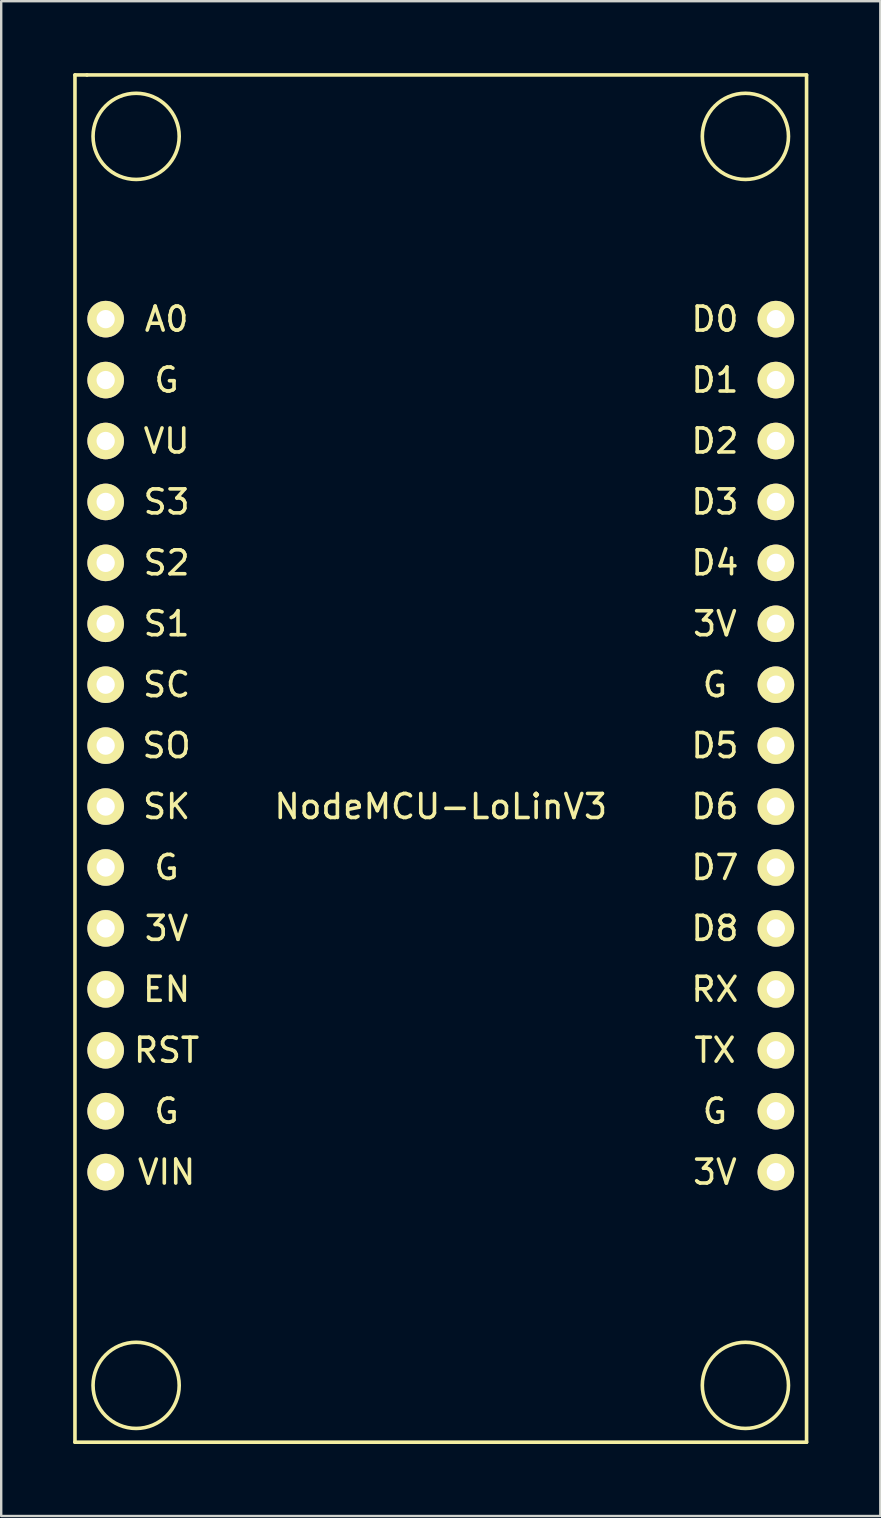
<source format=kicad_pcb>
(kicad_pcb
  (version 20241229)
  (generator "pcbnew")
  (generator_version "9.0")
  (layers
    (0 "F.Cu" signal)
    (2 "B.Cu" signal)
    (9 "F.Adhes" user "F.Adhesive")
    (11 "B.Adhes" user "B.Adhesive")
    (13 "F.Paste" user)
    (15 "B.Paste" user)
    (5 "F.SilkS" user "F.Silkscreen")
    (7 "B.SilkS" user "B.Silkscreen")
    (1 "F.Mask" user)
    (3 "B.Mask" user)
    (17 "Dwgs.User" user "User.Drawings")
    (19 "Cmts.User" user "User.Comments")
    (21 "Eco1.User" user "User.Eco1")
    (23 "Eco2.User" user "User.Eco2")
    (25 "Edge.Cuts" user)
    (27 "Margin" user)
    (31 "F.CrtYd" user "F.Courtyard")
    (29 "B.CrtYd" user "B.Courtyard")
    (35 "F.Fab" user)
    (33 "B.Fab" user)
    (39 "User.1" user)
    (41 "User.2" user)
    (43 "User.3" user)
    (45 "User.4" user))
  (footprint "NodeMCU-LoLinV3"
    (layer "F.Cu")
    (at 15.325 30.575)
    (property "Reference" "NodeMCU-LoLinV3" (at 0 0 0) (layer "F.SilkS") (effects (font (size 1 1) (thickness 0.15))))
    (attr through_hole)
    (fp_line (start -15.25 -30.5) (end -15.25 26.5) (stroke (width 0.15) (type solid)) (layer "F.SilkS"))
    (fp_line (start -15.25 26.5) (end 15.25 26.5) (stroke (width 0.15) (type solid)) (layer "F.SilkS"))
    (fp_line (start -14.75 -30.5) (end -15.25 -30.5) (stroke (width 0.15) (type solid)) (layer "F.SilkS"))
    (fp_line (start 15.25 -30.5) (end -14.75 -30.5) (stroke (width 0.15) (type solid)) (layer "F.SilkS"))
    (fp_line (start 15.25 26.5) (end 15.25 -30.5) (stroke (width 0.15) (type solid)) (layer "F.SilkS"))
    (fp_circle (center -12.7 -27.94) (end -11.43 -29.21) (stroke (width 0.15) (type solid)) (fill no) (layer "F.SilkS"))
    (fp_circle (center -12.7 24.13) (end -11.43 22.86) (stroke (width 0.15) (type solid)) (fill no) (layer "F.SilkS"))
    (fp_circle (center 12.7 -27.94) (end 13.97 -29.21) (stroke (width 0.15) (type solid)) (fill no) (layer "F.SilkS"))
    (fp_circle (center 12.7 24.13) (end 13.97 22.86) (stroke (width 0.15) (type solid)) (fill no) (layer "F.SilkS"))
    (fp_text user "SC" (at -11.43 -5.08 0) (layer "F.SilkS") (effects (font (size 1 1) (thickness 0.15))))
    (fp_text user "D4" (at 11.43 -10.16 0) (layer "F.SilkS") (effects (font (size 1 1) (thickness 0.15))))
    (fp_text user "3V" (at 11.43 15.24 0) (layer "F.SilkS") (effects (font (size 1 1) (thickness 0.15))))
    (fp_text user "G" (at -11.43 12.7 0) (layer "F.SilkS") (effects (font (size 1 1) (thickness 0.15))))
    (fp_text user "D1" (at 11.43 -17.78 0) (layer "F.SilkS") (effects (font (size 1 1) (thickness 0.15))))
    (fp_text user "RST" (at -11.43 10.16 0) (layer "F.SilkS") (effects (font (size 1 1) (thickness 0.15))))
    (fp_text user "TX" (at 11.43 10.16 0) (layer "F.SilkS") (effects (font (size 1 1) (thickness 0.15))))
    (fp_text user "A0" (at -11.43 -20.32 0) (layer "F.SilkS") (effects (font (size 1 1) (thickness 0.15))))
    (fp_text user "3V" (at 11.43 -7.62 0) (layer "F.SilkS") (effects (font (size 1 1) (thickness 0.15))))
    (fp_text user "VU" (at -11.43 -15.24 0) (layer "F.SilkS") (effects (font (size 1 1) (thickness 0.15))))
    (fp_text user "D3" (at 11.43 -12.7 0) (layer "F.SilkS") (effects (font (size 1 1) (thickness 0.15))))
    (fp_text user "G" (at 11.43 -5.08 0) (layer "F.SilkS") (effects (font (size 1 1) (thickness 0.15))))
    (fp_text user "S3" (at -11.43 -12.7 0) (layer "F.SilkS") (effects (font (size 1 1) (thickness 0.15))))
    (fp_text user "S2" (at -11.43 -10.16 0) (layer "F.SilkS") (effects (font (size 1 1) (thickness 0.15))))
    (fp_text user "RX" (at 11.43 7.62 0) (layer "F.SilkS") (effects (font (size 1 1) (thickness 0.15))))
    (fp_text user "D5" (at 11.43 -2.54 0) (layer "F.SilkS") (effects (font (size 1 1) (thickness 0.15))))
    (fp_text user "G" (at -11.43 -17.78 0) (layer "F.SilkS") (effects (font (size 1 1) (thickness 0.15))))
    (fp_text user "VIN" (at -11.43 15.24 0) (layer "F.SilkS") (effects (font (size 1 1) (thickness 0.15))))
    (fp_text user "D0" (at 11.43 -20.32 0) (layer "F.SilkS") (effects (font (size 1 1) (thickness 0.15))))
    (fp_text user "3V" (at -11.43 5.08 0) (layer "F.SilkS") (effects (font (size 1 1) (thickness 0.15))))
    (fp_text user "D6" (at 11.43 0 0) (layer "F.SilkS") (effects (font (size 1 1) (thickness 0.15))))
    (fp_text user "D8" (at 11.43 5.08 0) (layer "F.SilkS") (effects (font (size 1 1) (thickness 0.15))))
    (fp_text user "EN" (at -11.43 7.62 0) (layer "F.SilkS") (effects (font (size 1 1) (thickness 0.15))))
    (fp_text user "D7" (at 11.43 2.54 0) (layer "F.SilkS") (effects (font (size 1 1) (thickness 0.15))))
    (fp_text user "G" (at -11.43 2.54 0) (layer "F.SilkS") (effects (font (size 1 1) (thickness 0.15))))
    (fp_text user "D2" (at 11.43 -15.24 0) (layer "F.SilkS") (effects (font (size 1 1) (thickness 0.15))))
    (fp_text user "S1" (at -11.43 -7.62 0) (layer "F.SilkS") (effects (font (size 1 1) (thickness 0.15))))
    (fp_text user "G" (at 11.43 12.7 0) (layer "F.SilkS") (effects (font (size 1 1) (thickness 0.15))))
    (fp_text user "SK" (at -11.43 0 0) (layer "F.SilkS") (effects (font (size 1 1) (thickness 0.15))))
    (fp_text user "SO" (at -11.43 -2.54 0) (layer "F.SilkS") (effects (font (size 1 1) (thickness 0.15))))
    (pad "1" thru_hole circle (at -13.97 -20.32) (size 1.524 1.524) (drill 0.762) (layers "*.Cu" "*.Mask" "F.SilkS"))
    (pad "2" thru_hole circle (at -13.97 -17.78) (size 1.524 1.524) (drill 0.762) (layers "*.Cu" "*.Mask" "F.SilkS"))
    (pad "3" thru_hole circle (at -13.97 -15.24) (size 1.524 1.524) (drill 0.762) (layers "*.Cu" "*.Mask" "F.SilkS"))
    (pad "4" thru_hole circle (at -13.97 -12.7) (size 1.524 1.524) (drill 0.762) (layers "*.Cu" "*.Mask" "F.SilkS"))
    (pad "5" thru_hole circle (at -13.97 -10.16) (size 1.524 1.524) (drill 0.762) (layers "*.Cu" "*.Mask" "F.SilkS"))
    (pad "6" thru_hole circle (at -13.97 -7.62) (size 1.524 1.524) (drill 0.762) (layers "*.Cu" "*.Mask" "F.SilkS"))
    (pad "7" thru_hole circle (at -13.97 -5.08) (size 1.524 1.524) (drill 0.762) (layers "*.Cu" "*.Mask" "F.SilkS"))
    (pad "8" thru_hole circle (at -13.97 -2.54) (size 1.524 1.524) (drill 0.762) (layers "*.Cu" "*.Mask" "F.SilkS"))
    (pad "9" thru_hole circle (at -13.97 0) (size 1.524 1.524) (drill 0.762) (layers "*.Cu" "*.Mask" "F.SilkS"))
    (pad "10" thru_hole circle (at -13.97 2.54) (size 1.524 1.524) (drill 0.762) (layers "*.Cu" "*.Mask" "F.SilkS"))
    (pad "11" thru_hole circle (at -13.97 5.08) (size 1.524 1.524) (drill 0.762) (layers "*.Cu" "*.Mask" "F.SilkS"))
    (pad "12" thru_hole circle (at -13.97 7.62) (size 1.524 1.524) (drill 0.762) (layers "*.Cu" "*.Mask" "F.SilkS"))
    (pad "13" thru_hole circle (at -13.97 10.16) (size 1.524 1.524) (drill 0.762) (layers "*.Cu" "*.Mask" "F.SilkS"))
    (pad "14" thru_hole circle (at -13.97 12.7) (size 1.524 1.524) (drill 0.762) (layers "*.Cu" "*.Mask" "F.SilkS"))
    (pad "15" thru_hole circle (at -13.97 15.24) (size 1.524 1.524) (drill 0.762) (layers "*.Cu" "*.Mask" "F.SilkS"))
    (pad "16" thru_hole circle (at 13.97 15.24) (size 1.524 1.524) (drill 0.762) (layers "*.Cu" "*.Mask" "F.SilkS"))
    (pad "17" thru_hole circle (at 13.97 12.7) (size 1.524 1.524) (drill 0.762) (layers "*.Cu" "*.Mask" "F.SilkS"))
    (pad "18" thru_hole circle (at 13.97 10.16) (size 1.524 1.524) (drill 0.762) (layers "*.Cu" "*.Mask" "F.SilkS"))
    (pad "19" thru_hole circle (at 13.97 7.62) (size 1.524 1.524) (drill 0.762) (layers "*.Cu" "*.Mask" "F.SilkS"))
    (pad "20" thru_hole circle (at 13.97 5.08) (size 1.524 1.524) (drill 0.762) (layers "*.Cu" "*.Mask" "F.SilkS"))
    (pad "21" thru_hole circle (at 13.97 2.54) (size 1.524 1.524) (drill 0.762) (layers "*.Cu" "*.Mask" "F.SilkS"))
    (pad "22" thru_hole circle (at 13.97 0) (size 1.524 1.524) (drill 0.762) (layers "*.Cu" "*.Mask" "F.SilkS"))
    (pad "23" thru_hole circle (at 13.97 -2.54) (size 1.524 1.524) (drill 0.762) (layers "*.Cu" "*.Mask" "F.SilkS"))
    (pad "24" thru_hole circle (at 13.97 -5.08) (size 1.524 1.524) (drill 0.762) (layers "*.Cu" "*.Mask" "F.SilkS"))
    (pad "25" thru_hole circle (at 13.97 -7.62) (size 1.524 1.524) (drill 0.762) (layers "*.Cu" "*.Mask" "F.SilkS"))
    (pad "26" thru_hole circle (at 13.97 -10.16) (size 1.524 1.524) (drill 0.762) (layers "*.Cu" "*.Mask" "F.SilkS"))
    (pad "27" thru_hole circle (at 13.97 -12.7) (size 1.524 1.524) (drill 0.762) (layers "*.Cu" "*.Mask" "F.SilkS"))
    (pad "28" thru_hole circle (at 13.97 -15.24) (size 1.524 1.524) (drill 0.762) (layers "*.Cu" "*.Mask" "F.SilkS"))
    (pad "29" thru_hole circle (at 13.97 -17.78) (size 1.524 1.524) (drill 0.762) (layers "*.Cu" "*.Mask" "F.SilkS"))
    (pad "30" thru_hole circle (at 13.97 -20.32) (size 1.524 1.524) (drill 0.762) (layers "*.Cu" "*.Mask" "F.SilkS")))
  (gr_rect
    (start -3 -3)
    (end 33.65 60.15)
    (stroke (width 0.1) (type default))
    (fill no)
    (layer "Edge.Cuts")))
</source>
